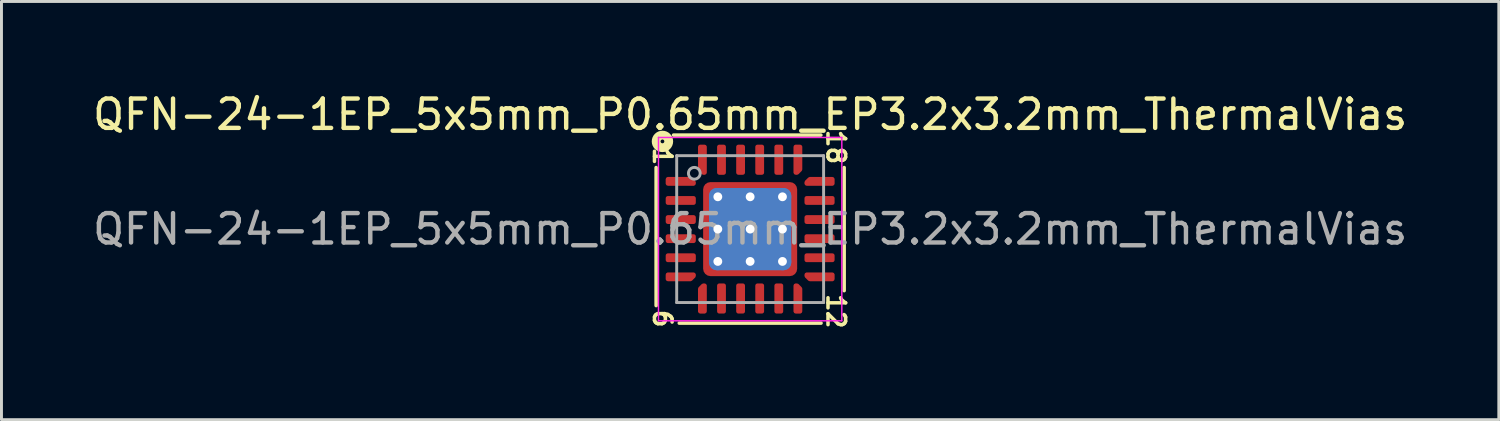
<source format=kicad_pcb>
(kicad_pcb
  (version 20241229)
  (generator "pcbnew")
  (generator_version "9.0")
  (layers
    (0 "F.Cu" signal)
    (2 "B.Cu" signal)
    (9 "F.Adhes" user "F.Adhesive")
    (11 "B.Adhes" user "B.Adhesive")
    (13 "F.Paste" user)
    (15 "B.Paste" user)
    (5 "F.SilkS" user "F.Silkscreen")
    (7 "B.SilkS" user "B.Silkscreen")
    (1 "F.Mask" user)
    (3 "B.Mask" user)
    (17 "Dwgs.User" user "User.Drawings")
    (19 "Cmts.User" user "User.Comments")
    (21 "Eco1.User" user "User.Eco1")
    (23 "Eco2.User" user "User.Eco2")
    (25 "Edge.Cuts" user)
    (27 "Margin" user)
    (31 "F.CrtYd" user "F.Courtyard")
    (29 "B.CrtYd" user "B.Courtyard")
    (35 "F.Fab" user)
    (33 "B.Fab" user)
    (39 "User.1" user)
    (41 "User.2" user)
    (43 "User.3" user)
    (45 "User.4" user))
  (footprint "QFN-24-1EP_5x5mm_P0.65mm_EP3.2x3.2mm_ThermalVias"
    (layer "F.Cu")
    (at 22.482 4.748)
    (property "Reference" "QFN-24-1EP_5x5mm_P0.65mm_EP3.2x3.2mm_ThermalVias" (at 0 -3.9 0) (layer "F.SilkS") (effects (font (size 1 1) (thickness 0.15))))
    (attr smd)
    (fp_line (start -3.2 -2.095) (end -3.2 2.603) (stroke (width 0.12) (type solid)) (layer "F.SilkS"))
    (fp_line (start -2.413 3.2) (end 2.413 3.2) (stroke (width 0.12) (type solid)) (layer "F.SilkS"))
    (fp_line (start 2.408 -3.2) (end -2.608 -3.2) (stroke (width 0.12) (type solid)) (layer "F.SilkS"))
    (fp_line (start 3.2 2.095) (end 3.2 -2.095) (stroke (width 0.12) (type solid)) (layer "F.SilkS"))
    (fp_circle (center -2.985 -2.985) (end -2.921 -2.985) (stroke (width 0.3) (type solid)) (fill no) (layer "F.SilkS"))
    (fp_line (start -3.12 -3.12) (end -3.12 3.12) (stroke (width 0.05) (type solid)) (layer "F.CrtYd"))
    (fp_line (start -3.12 3.12) (end 3.12 3.12) (stroke (width 0.05) (type solid)) (layer "F.CrtYd"))
    (fp_line (start 3.12 -3.12) (end -3.12 -3.12) (stroke (width 0.05) (type solid)) (layer "F.CrtYd"))
    (fp_line (start 3.12 3.12) (end 3.12 -3.12) (stroke (width 0.05) (type solid)) (layer "F.CrtYd"))
    (fp_line (start -2.5 -2.5) (end 2.5 -2.5) (stroke (width 0.1) (type solid)) (layer "F.Fab"))
    (fp_line (start -2.5 2.5) (end -2.5 -2.5) (stroke (width 0.1) (type solid)) (layer "F.Fab"))
    (fp_line (start 2.5 -2.5) (end 2.5 2.5) (stroke (width 0.1) (type solid)) (layer "F.Fab"))
    (fp_line (start 2.5 2.5) (end -2.5 2.5) (stroke (width 0.1) (type solid)) (layer "F.Fab"))
    (fp_circle (center -1.9 -1.9) (end -1.7 -1.9) (stroke (width 0.1) (type solid)) (fill no) (layer "F.Fab"))
    (fp_text user "1" (at -2.985 -2.477 270) (unlocked yes) (layer "F.SilkS") (effects (font (size 0.6 0.6) (thickness 0.12))))
    (fp_text user "18" (at 2.921 -2.794 270) (unlocked yes) (layer "F.SilkS") (effects (font (size 0.6 0.6) (thickness 0.12))))
    (fp_text user "6" (at -2.985 3.048 270) (unlocked yes) (layer "F.SilkS") (effects (font (size 0.6 0.6) (thickness 0.12))))
    (fp_text user "12" (at 2.921 2.794 270) (unlocked yes) (layer "F.SilkS") (effects (font (size 0.6 0.6) (thickness 0.12))))
    (fp_text user "${REFERENCE}" (at 0 0 0) (layer "F.Fab") (effects (font (size 1 1) (thickness 0.15))))
    (pad "" smd custom (at -1.35 -1.35) (size 0.272 0.272) (layers "F.Paste") (options (anchor circle)) (primitives (gr_poly (pts (xy 0.101 -0.026) (xy -0.026 0.101) (xy -0.101 0.101) (xy -0.101 -0.101) (xy 0.101 -0.101)) (width 0.202) (fill yes))))
    (pad "" smd custom (at -1.35 -0.55) (size 0.313 0.313) (layers "F.Paste") (options (anchor circle)) (primitives (gr_poly (pts (xy 0.111 -0.278) (xy 0.111 0.278) (xy 0.036 0.353) (xy -0.111 0.353) (xy -0.111 -0.353) (xy 0.036 -0.353)) (width 0.181) (fill yes))))
    (pad "" smd custom (at -1.35 0.55) (size 0.313 0.313) (layers "F.Paste") (options (anchor circle)) (primitives (gr_poly (pts (xy 0.111 -0.278) (xy 0.111 0.278) (xy 0.036 0.353) (xy -0.111 0.353) (xy -0.111 -0.353) (xy 0.036 -0.353)) (width 0.181) (fill yes))))
    (pad "" smd custom (at -1.35 1.35) (size 0.272 0.272) (layers "F.Paste") (options (anchor circle)) (primitives (gr_poly (pts (xy 0.101 0.026) (xy 0.101 0.101) (xy -0.101 0.101) (xy -0.101 -0.101) (xy -0.026 -0.101)) (width 0.202) (fill yes))))
    (pad "" smd custom (at -0.55 -1.35) (size 0.313 0.313) (layers "F.Paste") (options (anchor circle)) (primitives (gr_poly (pts (xy 0.353 0.036) (xy 0.278 0.111) (xy -0.278 0.111) (xy -0.353 0.036) (xy -0.353 -0.111) (xy 0.353 -0.111)) (width 0.181) (fill yes))))
    (pad "" smd roundrect (at -0.55 -0.55) (size 0.887 0.887) (layers "F.Paste") (roundrect_rratio 0.25))
    (pad "" smd roundrect (at -0.55 0.55) (size 0.887 0.887) (layers "F.Paste") (roundrect_rratio 0.25))
    (pad "" smd custom (at -0.55 1.35) (size 0.313 0.313) (layers "F.Paste") (options (anchor circle)) (primitives (gr_poly (pts (xy 0.353 -0.036) (xy 0.353 0.111) (xy -0.353 0.111) (xy -0.353 -0.036) (xy -0.278 -0.111) (xy 0.278 -0.111)) (width 0.181) (fill yes))))
    (pad "" smd custom (at 0.55 -1.35) (size 0.313 0.313) (layers "F.Paste") (options (anchor circle)) (primitives (gr_poly (pts (xy 0.353 0.036) (xy 0.278 0.111) (xy -0.278 0.111) (xy -0.353 0.036) (xy -0.353 -0.111) (xy 0.353 -0.111)) (width 0.181) (fill yes))))
    (pad "" smd roundrect (at 0.55 -0.55) (size 0.887 0.887) (layers "F.Paste") (roundrect_rratio 0.25))
    (pad "" smd roundrect (at 0.55 0.55) (size 0.887 0.887) (layers "F.Paste") (roundrect_rratio 0.25))
    (pad "" smd custom (at 0.55 1.35) (size 0.313 0.313) (layers "F.Paste") (options (anchor circle)) (primitives (gr_poly (pts (xy 0.353 -0.036) (xy 0.353 0.111) (xy -0.353 0.111) (xy -0.353 -0.036) (xy -0.278 -0.111) (xy 0.278 -0.111)) (width 0.181) (fill yes))))
    (pad "" smd custom (at 1.35 -1.35) (size 0.272 0.272) (layers "F.Paste") (options (anchor circle)) (primitives (gr_poly (pts (xy 0.101 0.101) (xy 0.026 0.101) (xy -0.101 -0.026) (xy -0.101 -0.101) (xy 0.101 -0.101)) (width 0.202) (fill yes))))
    (pad "" smd custom (at 1.35 -0.55) (size 0.313 0.313) (layers "F.Paste") (options (anchor circle)) (primitives (gr_poly (pts (xy 0.111 0.353) (xy -0.036 0.353) (xy -0.111 0.278) (xy -0.111 -0.278) (xy -0.036 -0.353) (xy 0.111 -0.353)) (width 0.181) (fill yes))))
    (pad "" smd custom (at 1.35 0.55) (size 0.313 0.313) (layers "F.Paste") (options (anchor circle)) (primitives (gr_poly (pts (xy 0.111 0.353) (xy -0.036 0.353) (xy -0.111 0.278) (xy -0.111 -0.278) (xy -0.036 -0.353) (xy 0.111 -0.353)) (width 0.181) (fill yes))))
    (pad "" smd custom (at 1.35 1.35) (size 0.272 0.272) (layers "F.Paste") (options (anchor circle)) (primitives (gr_poly (pts (xy 0.101 0.101) (xy -0.101 0.101) (xy -0.101 0.026) (xy 0.026 -0.101) (xy 0.101 -0.101)) (width 0.202) (fill yes))))
    (pad "1" smd custom (at -2.362 -1.625) (size 0.194 0.194) (layers "F.Cu" "F.Mask" "F.Paste") (options (anchor circle)) (primitives (gr_poly (pts (xy 0.438 0.031) (xy 0.438 0.075) (xy -0.438 0.075) (xy -0.438 -0.075) (xy 0.331 -0.075)) (width 0.15) (fill yes))))
    (pad "2" smd roundrect (at -2.362 -0.975) (size 1.025 0.3) (layers "F.Cu" "F.Mask" "F.Paste") (roundrect_rratio 0.25))
    (pad "3" smd roundrect (at -2.362 -0.325) (size 1.025 0.3) (layers "F.Cu" "F.Mask" "F.Paste") (roundrect_rratio 0.25))
    (pad "4" smd roundrect (at -2.362 0.325) (size 1.025 0.3) (layers "F.Cu" "F.Mask" "F.Paste") (roundrect_rratio 0.25))
    (pad "5" smd roundrect (at -2.362 0.975) (size 1.025 0.3) (layers "F.Cu" "F.Mask" "F.Paste") (roundrect_rratio 0.25))
    (pad "6" smd custom (at -2.362 1.625) (size 0.194 0.194) (layers "F.Cu" "F.Mask" "F.Paste") (options (anchor circle)) (primitives (gr_poly (pts (xy 0.438 -0.031) (xy 0.331 0.075) (xy -0.438 0.075) (xy -0.438 -0.075) (xy 0.438 -0.075)) (width 0.15) (fill yes))))
    (pad "7" smd custom (at -1.625 2.362) (size 0.194 0.194) (layers "F.Cu" "F.Mask" "F.Paste") (options (anchor circle)) (primitives (gr_poly (pts (xy 0.075 0.438) (xy -0.075 0.438) (xy -0.075 -0.331) (xy 0.031 -0.438) (xy 0.075 -0.438)) (width 0.15) (fill yes))))
    (pad "8" smd roundrect (at -0.975 2.362) (size 0.3 1.025) (layers "F.Cu" "F.Mask" "F.Paste") (roundrect_rratio 0.25))
    (pad "9" smd roundrect (at -0.325 2.362) (size 0.3 1.025) (layers "F.Cu" "F.Mask" "F.Paste") (roundrect_rratio 0.25))
    (pad "10" smd roundrect (at 0.325 2.362) (size 0.3 1.025) (layers "F.Cu" "F.Mask" "F.Paste") (roundrect_rratio 0.25))
    (pad "11" smd roundrect (at 0.975 2.362) (size 0.3 1.025) (layers "F.Cu" "F.Mask" "F.Paste") (roundrect_rratio 0.25))
    (pad "12" smd custom (at 1.625 2.362) (size 0.194 0.194) (layers "F.Cu" "F.Mask" "F.Paste") (options (anchor circle)) (primitives (gr_poly (pts (xy 0.075 -0.331) (xy 0.075 0.438) (xy -0.075 0.438) (xy -0.075 -0.438) (xy -0.031 -0.438)) (width 0.15) (fill yes))))
    (pad "13" smd custom (at 2.362 1.625) (size 0.194 0.194) (layers "F.Cu" "F.Mask" "F.Paste") (options (anchor circle)) (primitives (gr_poly (pts (xy 0.438 0.075) (xy -0.331 0.075) (xy -0.438 -0.031) (xy -0.438 -0.075) (xy 0.438 -0.075)) (width 0.15) (fill yes))))
    (pad "14" smd roundrect (at 2.362 0.975) (size 1.025 0.3) (layers "F.Cu" "F.Mask" "F.Paste") (roundrect_rratio 0.25))
    (pad "15" smd roundrect (at 2.362 0.325) (size 1.025 0.3) (layers "F.Cu" "F.Mask" "F.Paste") (roundrect_rratio 0.25))
    (pad "16" smd roundrect (at 2.362 -0.325) (size 1.025 0.3) (layers "F.Cu" "F.Mask" "F.Paste") (roundrect_rratio 0.25))
    (pad "17" smd roundrect (at 2.362 -0.975) (size 1.025 0.3) (layers "F.Cu" "F.Mask" "F.Paste") (roundrect_rratio 0.25))
    (pad "18" smd custom (at 2.362 -1.625) (size 0.194 0.194) (layers "F.Cu" "F.Mask" "F.Paste") (options (anchor circle)) (primitives (gr_poly (pts (xy 0.438 0.075) (xy -0.438 0.075) (xy -0.438 0.031) (xy -0.331 -0.075) (xy 0.438 -0.075)) (width 0.15) (fill yes))))
    (pad "19" smd custom (at 1.625 -2.362) (size 0.194 0.194) (layers "F.Cu" "F.Mask" "F.Paste") (options (anchor circle)) (primitives (gr_poly (pts (xy 0.075 0.331) (xy -0.031 0.438) (xy -0.075 0.438) (xy -0.075 -0.438) (xy 0.075 -0.438)) (width 0.15) (fill yes))))
    (pad "20" smd roundrect (at 0.975 -2.362) (size 0.3 1.025) (layers "F.Cu" "F.Mask" "F.Paste") (roundrect_rratio 0.25))
    (pad "21" smd roundrect (at 0.325 -2.362) (size 0.3 1.025) (layers "F.Cu" "F.Mask" "F.Paste") (roundrect_rratio 0.25))
    (pad "22" smd roundrect (at -0.325 -2.362) (size 0.3 1.025) (layers "F.Cu" "F.Mask" "F.Paste") (roundrect_rratio 0.25))
    (pad "23" smd roundrect (at -0.975 -2.362) (size 0.3 1.025) (layers "F.Cu" "F.Mask" "F.Paste") (roundrect_rratio 0.25))
    (pad "24" smd custom (at -1.625 -2.362) (size 0.194 0.194) (layers "F.Cu" "F.Mask" "F.Paste") (options (anchor circle)) (primitives (gr_poly (pts (xy 0.075 0.438) (xy 0.031 0.438) (xy -0.075 0.331) (xy -0.075 -0.438) (xy 0.075 -0.438)) (width 0.15) (fill yes))))
    (pad "25" thru_hole circle (at -1.1 -1.1) (size 0.6 0.6) (drill 0.3) (property pad_prop_heatsink) (layers "*.Cu"))
    (pad "25" thru_hole circle (at -1.1 0) (size 0.6 0.6) (drill 0.3) (property pad_prop_heatsink) (layers "*.Cu"))
    (pad "25" thru_hole circle (at -1.1 1.1) (size 0.6 0.6) (drill 0.3) (property pad_prop_heatsink) (layers "*.Cu"))
    (pad "25" thru_hole circle (at 0 -1.1) (size 0.6 0.6) (drill 0.3) (property pad_prop_heatsink) (layers "*.Cu"))
    (pad "25" thru_hole circle (at 0 0) (size 0.6 0.6) (drill 0.3) (property pad_prop_heatsink) (layers "*.Cu"))
    (pad "25" smd roundrect (at 0 0) (size 2.8 2.8) (layers "B.Cu" "B.Mask") (roundrect_rratio 0.089))
    (pad "25" smd roundrect (at 0 0) (size 3.2 3.2) (layers "F.Cu" "F.Mask") (roundrect_rratio 0.078))
    (pad "25" thru_hole circle (at 0 1.1) (size 0.6 0.6) (drill 0.3) (property pad_prop_heatsink) (layers "*.Cu"))
    (pad "25" thru_hole circle (at 1.1 -1.1) (size 0.6 0.6) (drill 0.3) (property pad_prop_heatsink) (layers "*.Cu"))
    (pad "25" thru_hole circle (at 1.1 0) (size 0.6 0.6) (drill 0.3) (property pad_prop_heatsink) (layers "*.Cu"))
    (pad "25" thru_hole circle (at 1.1 1.1) (size 0.6 0.6) (drill 0.3) (property pad_prop_heatsink) (layers "*.Cu")))
  (gr_rect
    (start -3 -3)
    (end 47.964 11.234)
    (stroke (width 0.1) (type default))
    (fill no)
    (layer "Edge.Cuts")))
</source>
